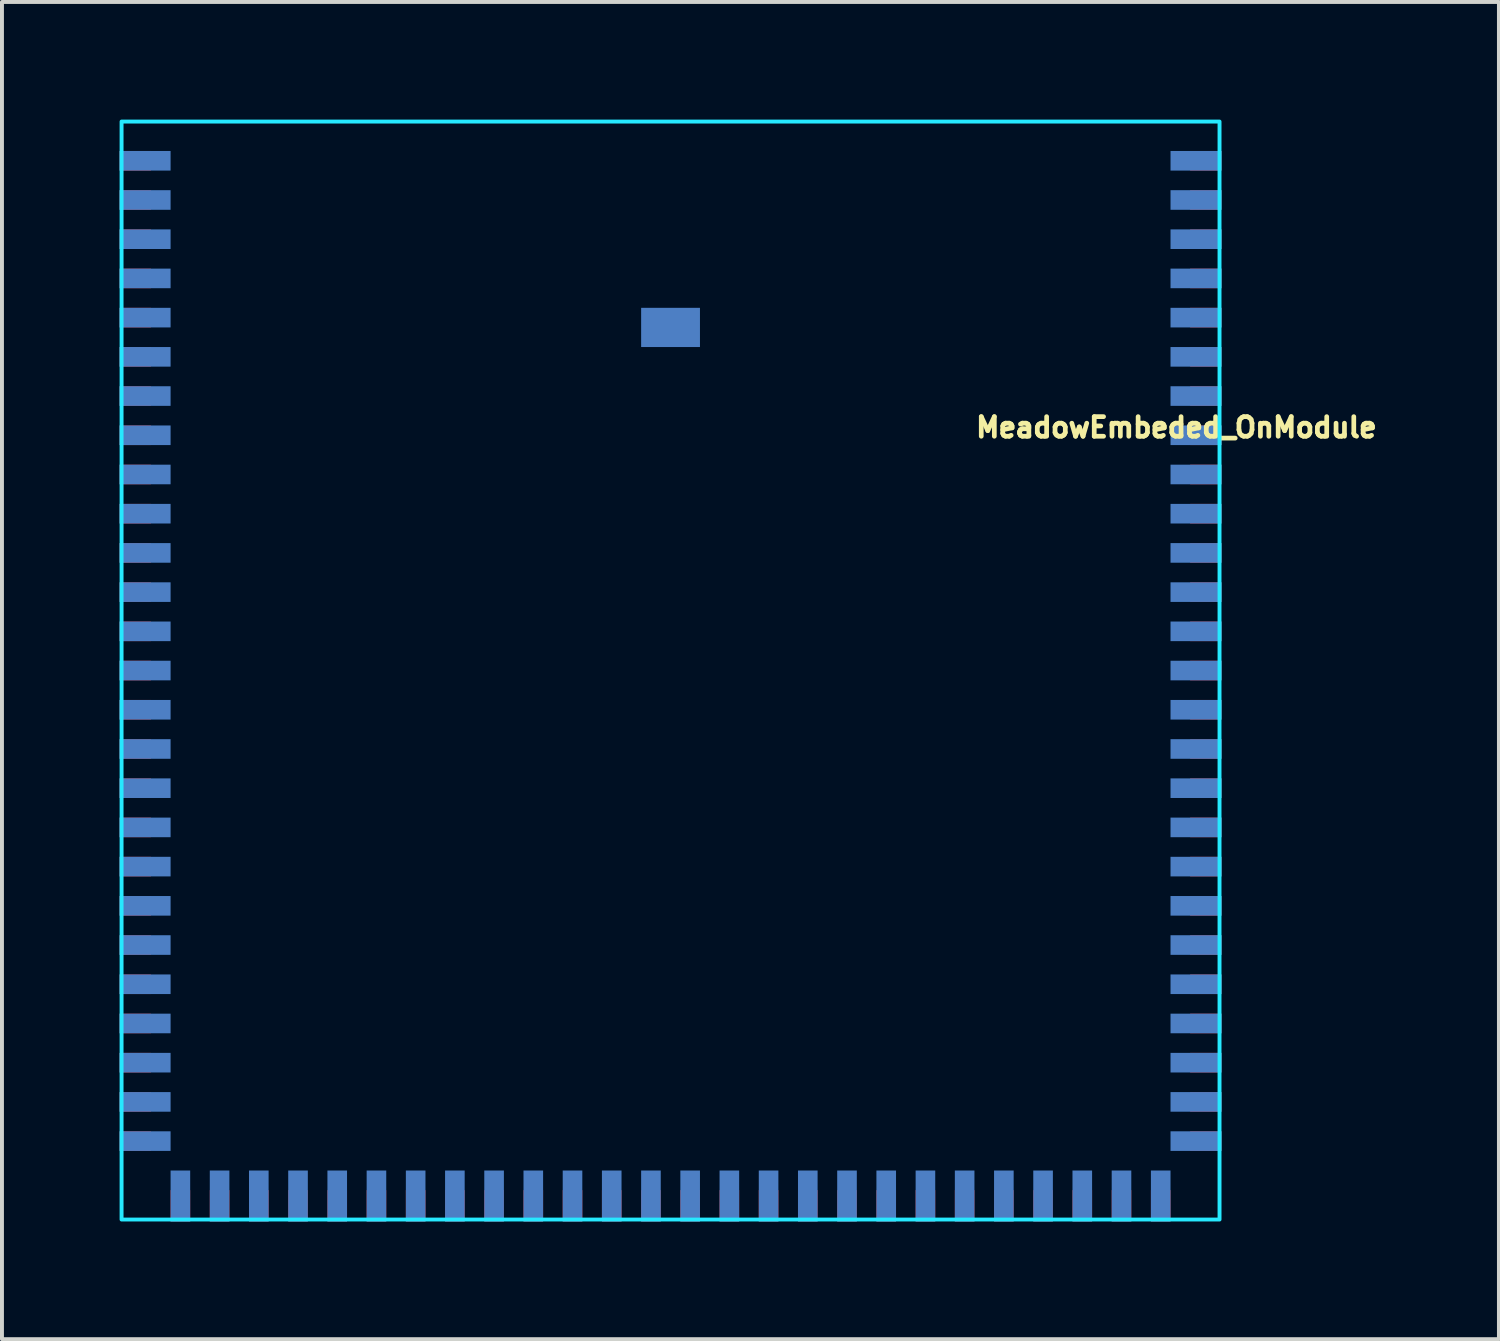
<source format=kicad_pcb>
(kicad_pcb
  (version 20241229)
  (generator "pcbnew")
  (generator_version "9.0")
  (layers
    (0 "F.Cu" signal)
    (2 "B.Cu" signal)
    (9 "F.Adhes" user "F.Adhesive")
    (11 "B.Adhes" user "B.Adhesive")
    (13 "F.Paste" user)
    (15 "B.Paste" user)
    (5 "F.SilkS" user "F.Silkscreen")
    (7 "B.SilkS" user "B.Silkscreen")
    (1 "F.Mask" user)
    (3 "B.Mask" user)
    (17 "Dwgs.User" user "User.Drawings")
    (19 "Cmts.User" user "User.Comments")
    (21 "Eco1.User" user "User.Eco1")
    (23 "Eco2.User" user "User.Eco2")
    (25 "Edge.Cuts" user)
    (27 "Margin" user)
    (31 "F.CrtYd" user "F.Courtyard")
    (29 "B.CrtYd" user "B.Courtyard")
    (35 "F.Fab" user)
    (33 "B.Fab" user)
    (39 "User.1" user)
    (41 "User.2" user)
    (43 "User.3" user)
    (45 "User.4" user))
  (footprint "MeadowEmbeded_OnModule"
    (layer "F.Cu")
    (at 14.05 14.05)
    (property "Reference" "MeadowEmbeded_OnModule" (at 12.9 -6.2 180) (layer "F.SilkS") (effects (font (size 0.5 0.5) (thickness 0.12))))
    (attr smd)
    (fp_poly (pts (xy -14 -14) (xy -14 14) (xy 14 14) (xy 14 -14)) (stroke (width 0.1) (type solid)) (fill no) (layer "B.CrtYd"))
    (pad "1" smd rect (at -13.65 -13 270) (size 0.5 0.8) (layers "F.Cu" "F.Mask" "F.Paste"))
    (pad "1" smd rect (at -13.4 -13 180) (size 1.3 0.5) (layers "B.Cu" "B.Mask" "B.Paste"))
    (pad "2" smd rect (at -13.65 -12 270) (size 0.5 0.8) (layers "F.Cu" "F.Mask" "F.Paste"))
    (pad "2" smd rect (at -13.4 -12 180) (size 1.3 0.5) (layers "B.Cu" "B.Mask" "B.Paste"))
    (pad "3" smd rect (at -13.65 -11 270) (size 0.5 0.8) (layers "F.Cu" "F.Mask" "F.Paste"))
    (pad "3" smd rect (at -13.4 -11 180) (size 1.3 0.5) (layers "B.Cu" "B.Mask" "B.Paste"))
    (pad "4" smd rect (at -13.65 -10 270) (size 0.5 0.8) (layers "F.Cu" "F.Mask" "F.Paste"))
    (pad "4" smd rect (at -13.4 -10 180) (size 1.3 0.5) (layers "B.Cu" "B.Mask" "B.Paste"))
    (pad "5" smd rect (at -13.65 -9 270) (size 0.5 0.8) (layers "F.Cu" "F.Mask" "F.Paste"))
    (pad "5" smd rect (at -13.4 -9 180) (size 1.3 0.5) (layers "B.Cu" "B.Mask" "B.Paste"))
    (pad "6" smd rect (at -13.65 -8 270) (size 0.5 0.8) (layers "F.Cu" "F.Mask" "F.Paste"))
    (pad "6" smd rect (at -13.4 -8 180) (size 1.3 0.5) (layers "B.Cu" "B.Mask" "B.Paste"))
    (pad "7" smd rect (at -13.65 -7 270) (size 0.5 0.8) (layers "F.Cu" "F.Mask" "F.Paste"))
    (pad "7" smd rect (at -13.4 -7 180) (size 1.3 0.5) (layers "B.Cu" "B.Mask" "B.Paste"))
    (pad "8" smd rect (at -13.65 -6 270) (size 0.5 0.8) (layers "F.Cu" "F.Mask" "F.Paste"))
    (pad "8" smd rect (at -13.4 -6 180) (size 1.3 0.5) (layers "B.Cu" "B.Mask" "B.Paste"))
    (pad "9" smd rect (at -13.65 -5 270) (size 0.5 0.8) (layers "F.Cu" "F.Mask" "F.Paste"))
    (pad "9" smd rect (at -13.4 -5 180) (size 1.3 0.5) (layers "B.Cu" "B.Mask" "B.Paste"))
    (pad "10" smd rect (at -13.65 -4 270) (size 0.5 0.8) (layers "F.Cu" "F.Mask" "F.Paste"))
    (pad "10" smd rect (at -13.4 -4 180) (size 1.3 0.5) (layers "B.Cu" "B.Mask" "B.Paste"))
    (pad "11" smd rect (at -13.65 -3 270) (size 0.5 0.8) (layers "F.Cu" "F.Mask" "F.Paste"))
    (pad "11" smd rect (at -13.4 -3 180) (size 1.3 0.5) (layers "B.Cu" "B.Mask" "B.Paste"))
    (pad "12" smd rect (at -13.65 -2 270) (size 0.5 0.8) (layers "F.Cu" "F.Mask" "F.Paste"))
    (pad "12" smd rect (at -13.4 -2 180) (size 1.3 0.5) (layers "B.Cu" "B.Mask" "B.Paste"))
    (pad "13" smd rect (at -13.65 -1 270) (size 0.5 0.8) (layers "F.Cu" "F.Mask" "F.Paste"))
    (pad "13" smd rect (at -13.4 -1 180) (size 1.3 0.5) (layers "B.Cu" "B.Mask" "B.Paste"))
    (pad "14" smd rect (at -13.65 0 270) (size 0.5 0.8) (layers "F.Cu" "F.Mask" "F.Paste"))
    (pad "14" smd rect (at -13.4 0 180) (size 1.3 0.5) (layers "B.Cu" "B.Mask" "B.Paste"))
    (pad "15" smd rect (at -13.65 1 270) (size 0.5 0.8) (layers "F.Cu" "F.Mask" "F.Paste"))
    (pad "15" smd rect (at -13.4 1 180) (size 1.3 0.5) (layers "B.Cu" "B.Mask" "B.Paste"))
    (pad "16" smd rect (at -13.65 2 270) (size 0.5 0.8) (layers "F.Cu" "F.Mask" "F.Paste"))
    (pad "16" smd rect (at -13.4 2 180) (size 1.3 0.5) (layers "B.Cu" "B.Mask" "B.Paste"))
    (pad "17" smd rect (at -13.65 3 270) (size 0.5 0.8) (layers "F.Cu" "F.Mask" "F.Paste"))
    (pad "17" smd rect (at -13.4 3 180) (size 1.3 0.5) (layers "B.Cu" "B.Mask" "B.Paste"))
    (pad "18" smd rect (at -13.65 4 270) (size 0.5 0.8) (layers "F.Cu" "F.Mask" "F.Paste"))
    (pad "18" smd rect (at -13.4 4 180) (size 1.3 0.5) (layers "B.Cu" "B.Mask" "B.Paste"))
    (pad "19" smd rect (at -13.65 5 270) (size 0.5 0.8) (layers "F.Cu" "F.Mask" "F.Paste"))
    (pad "19" smd rect (at -13.4 5 180) (size 1.3 0.5) (layers "B.Cu" "B.Mask" "B.Paste"))
    (pad "20" smd rect (at -13.65 6 270) (size 0.5 0.8) (layers "F.Cu" "F.Mask" "F.Paste"))
    (pad "20" smd rect (at -13.4 6 180) (size 1.3 0.5) (layers "B.Cu" "B.Mask" "B.Paste"))
    (pad "21" smd rect (at -13.65 7 270) (size 0.5 0.8) (layers "F.Cu" "F.Mask" "F.Paste"))
    (pad "21" smd rect (at -13.4 7 180) (size 1.3 0.5) (layers "B.Cu" "B.Mask" "B.Paste"))
    (pad "22" smd rect (at -13.65 8 270) (size 0.5 0.8) (layers "F.Cu" "F.Mask" "F.Paste"))
    (pad "22" smd rect (at -13.4 8 180) (size 1.3 0.5) (layers "B.Cu" "B.Mask" "B.Paste"))
    (pad "23" smd rect (at -13.65 9 270) (size 0.5 0.8) (layers "F.Cu" "F.Mask" "F.Paste"))
    (pad "23" smd rect (at -13.4 9 180) (size 1.3 0.5) (layers "B.Cu" "B.Mask" "B.Paste"))
    (pad "24" smd rect (at -13.65 10 270) (size 0.5 0.8) (layers "F.Cu" "F.Mask" "F.Paste"))
    (pad "24" smd rect (at -13.4 10 180) (size 1.3 0.5) (layers "B.Cu" "B.Mask" "B.Paste"))
    (pad "25" smd rect (at -13.65 11 270) (size 0.5 0.8) (layers "F.Cu" "F.Mask" "F.Paste"))
    (pad "25" smd rect (at -13.4 11 180) (size 1.3 0.5) (layers "B.Cu" "B.Mask" "B.Paste"))
    (pad "26" smd rect (at -13.65 12 270) (size 0.5 0.8) (layers "F.Cu" "F.Mask" "F.Paste"))
    (pad "26" smd rect (at -13.4 12 180) (size 1.3 0.5) (layers "B.Cu" "B.Mask" "B.Paste"))
    (pad "27" smd rect (at -12.5 13.4 270) (size 1.3 0.5) (layers "B.Cu" "B.Mask" "B.Paste"))
    (pad "27" smd rect (at -12.5 13.65) (size 0.5 0.8) (layers "F.Cu" "F.Mask" "F.Paste"))
    (pad "28" smd rect (at -11.5 13.4 270) (size 1.3 0.5) (layers "B.Cu" "B.Mask" "B.Paste"))
    (pad "28" smd rect (at -11.5 13.65) (size 0.5 0.8) (layers "F.Cu" "F.Mask" "F.Paste"))
    (pad "29" smd rect (at -10.5 13.4 270) (size 1.3 0.5) (layers "B.Cu" "B.Mask" "B.Paste"))
    (pad "29" smd rect (at -10.5 13.65) (size 0.5 0.8) (layers "F.Cu" "F.Mask" "F.Paste"))
    (pad "30" smd rect (at -9.5 13.4 270) (size 1.3 0.5) (layers "B.Cu" "B.Mask" "B.Paste"))
    (pad "30" smd rect (at -9.5 13.65) (size 0.5 0.8) (layers "F.Cu" "F.Mask" "F.Paste"))
    (pad "31" smd rect (at -8.5 13.4 270) (size 1.3 0.5) (layers "B.Cu" "B.Mask" "B.Paste"))
    (pad "31" smd rect (at -8.5 13.65) (size 0.5 0.8) (layers "F.Cu" "F.Mask" "F.Paste"))
    (pad "32" smd rect (at -7.5 13.4 270) (size 1.3 0.5) (layers "B.Cu" "B.Mask" "B.Paste"))
    (pad "32" smd rect (at -7.5 13.65) (size 0.5 0.8) (layers "F.Cu" "F.Mask" "F.Paste"))
    (pad "33" smd rect (at -6.5 13.4 270) (size 1.3 0.5) (layers "B.Cu" "B.Mask" "B.Paste"))
    (pad "33" smd rect (at -6.5 13.65) (size 0.5 0.8) (layers "F.Cu" "F.Mask" "F.Paste"))
    (pad "34" smd rect (at -5.5 13.4 270) (size 1.3 0.5) (layers "B.Cu" "B.Mask" "B.Paste"))
    (pad "34" smd rect (at -5.5 13.65) (size 0.5 0.8) (layers "F.Cu" "F.Mask" "F.Paste"))
    (pad "35" smd rect (at -4.5 13.4 270) (size 1.3 0.5) (layers "B.Cu" "B.Mask" "B.Paste"))
    (pad "35" smd rect (at -4.5 13.65) (size 0.5 0.8) (layers "F.Cu" "F.Mask" "F.Paste"))
    (pad "36" smd rect (at -3.5 13.4 270) (size 1.3 0.5) (layers "B.Cu" "B.Mask" "B.Paste"))
    (pad "36" smd rect (at -3.5 13.65) (size 0.5 0.8) (layers "F.Cu" "F.Mask" "F.Paste"))
    (pad "37" smd rect (at -2.5 13.4 270) (size 1.3 0.5) (layers "B.Cu" "B.Mask" "B.Paste"))
    (pad "37" smd rect (at -2.5 13.65) (size 0.5 0.8) (layers "F.Cu" "F.Mask" "F.Paste"))
    (pad "38" smd rect (at -1.5 13.4 270) (size 1.3 0.5) (layers "B.Cu" "B.Mask" "B.Paste"))
    (pad "38" smd rect (at -1.5 13.65) (size 0.5 0.8) (layers "F.Cu" "F.Mask" "F.Paste"))
    (pad "39" smd rect (at -0.5 13.4 270) (size 1.3 0.5) (layers "B.Cu" "B.Mask" "B.Paste"))
    (pad "39" smd rect (at -0.5 13.65) (size 0.5 0.8) (layers "F.Cu" "F.Mask" "F.Paste"))
    (pad "40" smd rect (at 0.5 13.4 270) (size 1.3 0.5) (layers "B.Cu" "B.Mask" "B.Paste"))
    (pad "40" smd rect (at 0.5 13.65) (size 0.5 0.8) (layers "F.Cu" "F.Mask" "F.Paste"))
    (pad "41" smd rect (at 1.5 13.4 270) (size 1.3 0.5) (layers "B.Cu" "B.Mask" "B.Paste"))
    (pad "41" smd rect (at 1.5 13.65) (size 0.5 0.8) (layers "F.Cu" "F.Mask" "F.Paste"))
    (pad "42" smd rect (at 2.5 13.4 270) (size 1.3 0.5) (layers "B.Cu" "B.Mask" "B.Paste"))
    (pad "42" smd rect (at 2.5 13.65) (size 0.5 0.8) (layers "F.Cu" "F.Mask" "F.Paste"))
    (pad "43" smd rect (at 3.5 13.4 270) (size 1.3 0.5) (layers "B.Cu" "B.Mask" "B.Paste"))
    (pad "43" smd rect (at 3.5 13.65) (size 0.5 0.8) (layers "F.Cu" "F.Mask" "F.Paste"))
    (pad "44" smd rect (at 4.5 13.4 270) (size 1.3 0.5) (layers "B.Cu" "B.Mask" "B.Paste"))
    (pad "44" smd rect (at 4.5 13.65) (size 0.5 0.8) (layers "F.Cu" "F.Mask" "F.Paste"))
    (pad "45" smd rect (at 5.5 13.4 270) (size 1.3 0.5) (layers "B.Cu" "B.Mask" "B.Paste"))
    (pad "45" smd rect (at 5.5 13.65) (size 0.5 0.8) (layers "F.Cu" "F.Mask" "F.Paste"))
    (pad "46" smd rect (at 6.5 13.4 270) (size 1.3 0.5) (layers "B.Cu" "B.Mask" "B.Paste"))
    (pad "46" smd rect (at 6.5 13.65) (size 0.5 0.8) (layers "F.Cu" "F.Mask" "F.Paste"))
    (pad "47" smd rect (at 7.5 13.4 270) (size 1.3 0.5) (layers "B.Cu" "B.Mask" "B.Paste"))
    (pad "47" smd rect (at 7.5 13.65) (size 0.5 0.8) (layers "F.Cu" "F.Mask" "F.Paste"))
    (pad "48" smd rect (at 8.5 13.4 270) (size 1.3 0.5) (layers "B.Cu" "B.Mask" "B.Paste"))
    (pad "48" smd rect (at 8.5 13.65) (size 0.5 0.8) (layers "F.Cu" "F.Mask" "F.Paste"))
    (pad "49" smd rect (at 9.5 13.4 270) (size 1.3 0.5) (layers "B.Cu" "B.Mask" "B.Paste"))
    (pad "49" smd rect (at 9.5 13.65) (size 0.5 0.8) (layers "F.Cu" "F.Mask" "F.Paste"))
    (pad "50" smd rect (at 10.5 13.4 270) (size 1.3 0.5) (layers "B.Cu" "B.Mask" "B.Paste"))
    (pad "50" smd rect (at 10.5 13.65) (size 0.5 0.8) (layers "F.Cu" "F.Mask" "F.Paste"))
    (pad "51" smd rect (at 11.5 13.4 270) (size 1.3 0.5) (layers "B.Cu" "B.Mask" "B.Paste"))
    (pad "51" smd rect (at 11.5 13.65) (size 0.5 0.8) (layers "F.Cu" "F.Mask" "F.Paste"))
    (pad "52" smd rect (at 12.5 13.4 270) (size 1.3 0.5) (layers "B.Cu" "B.Mask" "B.Paste"))
    (pad "52" smd rect (at 12.5 13.65) (size 0.5 0.8) (layers "F.Cu" "F.Mask" "F.Paste"))
    (pad "53" smd rect (at 13.4 12) (size 1.3 0.5) (layers "B.Cu" "B.Mask" "B.Paste"))
    (pad "53" smd rect (at 13.65 12 270) (size 0.5 0.8) (layers "F.Cu" "F.Mask" "F.Paste"))
    (pad "54" smd rect (at 13.4 11) (size 1.3 0.5) (layers "B.Cu" "B.Mask" "B.Paste"))
    (pad "54" smd rect (at 13.65 11 270) (size 0.5 0.8) (layers "F.Cu" "F.Mask" "F.Paste"))
    (pad "55" smd rect (at 13.4 10) (size 1.3 0.5) (layers "B.Cu" "B.Mask" "B.Paste"))
    (pad "55" smd rect (at 13.65 10 270) (size 0.5 0.8) (layers "F.Cu" "F.Mask" "F.Paste"))
    (pad "56" smd rect (at 13.4 9) (size 1.3 0.5) (layers "B.Cu" "B.Mask" "B.Paste"))
    (pad "56" smd rect (at 13.65 9 270) (size 0.5 0.8) (layers "F.Cu" "F.Mask" "F.Paste"))
    (pad "57" smd rect (at 13.4 8) (size 1.3 0.5) (layers "B.Cu" "B.Mask" "B.Paste"))
    (pad "57" smd rect (at 13.65 8 270) (size 0.5 0.8) (layers "F.Cu" "F.Mask" "F.Paste"))
    (pad "58" smd rect (at 13.4 7) (size 1.3 0.5) (layers "B.Cu" "B.Mask" "B.Paste"))
    (pad "58" smd rect (at 13.65 7 270) (size 0.5 0.8) (layers "F.Cu" "F.Mask" "F.Paste"))
    (pad "59" smd rect (at 13.4 6) (size 1.3 0.5) (layers "B.Cu" "B.Mask" "B.Paste"))
    (pad "59" smd rect (at 13.65 6 270) (size 0.5 0.8) (layers "F.Cu" "F.Mask" "F.Paste"))
    (pad "60" smd rect (at 13.4 5) (size 1.3 0.5) (layers "B.Cu" "B.Mask" "B.Paste"))
    (pad "60" smd rect (at 13.65 5 270) (size 0.5 0.8) (layers "F.Cu" "F.Mask" "F.Paste"))
    (pad "61" smd rect (at 13.4 4) (size 1.3 0.5) (layers "B.Cu" "B.Mask" "B.Paste"))
    (pad "61" smd rect (at 13.65 4 270) (size 0.5 0.8) (layers "F.Cu" "F.Mask" "F.Paste"))
    (pad "62" smd rect (at 13.4 3) (size 1.3 0.5) (layers "B.Cu" "B.Mask" "B.Paste"))
    (pad "62" smd rect (at 13.65 3 270) (size 0.5 0.8) (layers "F.Cu" "F.Mask" "F.Paste"))
    (pad "63" smd rect (at 13.4 2) (size 1.3 0.5) (layers "B.Cu" "B.Mask" "B.Paste"))
    (pad "63" smd rect (at 13.65 2 270) (size 0.5 0.8) (layers "F.Cu" "F.Mask" "F.Paste"))
    (pad "64" smd rect (at 13.4 1) (size 1.3 0.5) (layers "B.Cu" "B.Mask" "B.Paste"))
    (pad "64" smd rect (at 13.65 1 270) (size 0.5 0.8) (layers "F.Cu" "F.Mask" "F.Paste"))
    (pad "65" smd rect (at 13.4 0) (size 1.3 0.5) (layers "B.Cu" "B.Mask" "B.Paste"))
    (pad "65" smd rect (at 13.65 0 270) (size 0.5 0.8) (layers "F.Cu" "F.Mask" "F.Paste"))
    (pad "66" smd rect (at 13.4 -1) (size 1.3 0.5) (layers "B.Cu" "B.Mask" "B.Paste"))
    (pad "66" smd rect (at 13.65 -1 270) (size 0.5 0.8) (layers "F.Cu" "F.Mask" "F.Paste"))
    (pad "67" smd rect (at 13.4 -2) (size 1.3 0.5) (layers "B.Cu" "B.Mask" "B.Paste"))
    (pad "67" smd rect (at 13.65 -2 270) (size 0.5 0.8) (layers "F.Cu" "F.Mask" "F.Paste"))
    (pad "68" smd rect (at 13.4 -3) (size 1.3 0.5) (layers "B.Cu" "B.Mask" "B.Paste"))
    (pad "68" smd rect (at 13.65 -3 270) (size 0.5 0.8) (layers "F.Cu" "F.Mask" "F.Paste"))
    (pad "69" smd rect (at 13.4 -4) (size 1.3 0.5) (layers "B.Cu" "B.Mask" "B.Paste"))
    (pad "69" smd rect (at 13.65 -4 270) (size 0.5 0.8) (layers "F.Cu" "F.Mask" "F.Paste"))
    (pad "70" smd rect (at 13.4 -5) (size 1.3 0.5) (layers "B.Cu" "B.Mask" "B.Paste"))
    (pad "70" smd rect (at 13.65 -5 270) (size 0.5 0.8) (layers "F.Cu" "F.Mask" "F.Paste"))
    (pad "71" smd rect (at 13.4 -6) (size 1.3 0.5) (layers "B.Cu" "B.Mask" "B.Paste"))
    (pad "71" smd rect (at 13.65 -6 270) (size 0.5 0.8) (layers "F.Cu" "F.Mask" "F.Paste"))
    (pad "72" smd rect (at 13.4 -7) (size 1.3 0.5) (layers "B.Cu" "B.Mask" "B.Paste"))
    (pad "72" smd rect (at 13.65 -7 270) (size 0.5 0.8) (layers "F.Cu" "F.Mask" "F.Paste"))
    (pad "73" smd rect (at 13.4 -8) (size 1.3 0.5) (layers "B.Cu" "B.Mask" "B.Paste"))
    (pad "73" smd rect (at 13.65 -8 270) (size 0.5 0.8) (layers "F.Cu" "F.Mask" "F.Paste"))
    (pad "74" smd rect (at 13.4 -9) (size 1.3 0.5) (layers "B.Cu" "B.Mask" "B.Paste"))
    (pad "74" smd rect (at 13.65 -9 270) (size 0.5 0.8) (layers "F.Cu" "F.Mask" "F.Paste"))
    (pad "75" smd rect (at 13.4 -10) (size 1.3 0.5) (layers "B.Cu" "B.Mask" "B.Paste"))
    (pad "75" smd rect (at 13.65 -10 270) (size 0.5 0.8) (layers "F.Cu" "F.Mask" "F.Paste"))
    (pad "76" smd rect (at 13.4 -11) (size 1.3 0.5) (layers "B.Cu" "B.Mask" "B.Paste"))
    (pad "76" smd rect (at 13.65 -11 270) (size 0.5 0.8) (layers "F.Cu" "F.Mask" "F.Paste"))
    (pad "77" smd rect (at 13.4 -12) (size 1.3 0.5) (layers "B.Cu" "B.Mask" "B.Paste"))
    (pad "77" smd rect (at 13.65 -12 270) (size 0.5 0.8) (layers "F.Cu" "F.Mask" "F.Paste"))
    (pad "78" smd rect (at 13.4 -13) (size 1.3 0.5) (layers "B.Cu" "B.Mask" "B.Paste"))
    (pad "78" smd rect (at 13.65 -13 270) (size 0.5 0.8) (layers "F.Cu" "F.Mask" "F.Paste"))
    (pad "79" smd rect (at 0 -8.75) (size 1.5 1) (layers "B.Cu" "B.Mask" "B.Paste")))
  (gr_rect
    (start -3 -3)
    (end 35.175 31.1)
    (stroke (width 0.1) (type default))
    (fill no)
    (layer "Edge.Cuts")))
</source>
